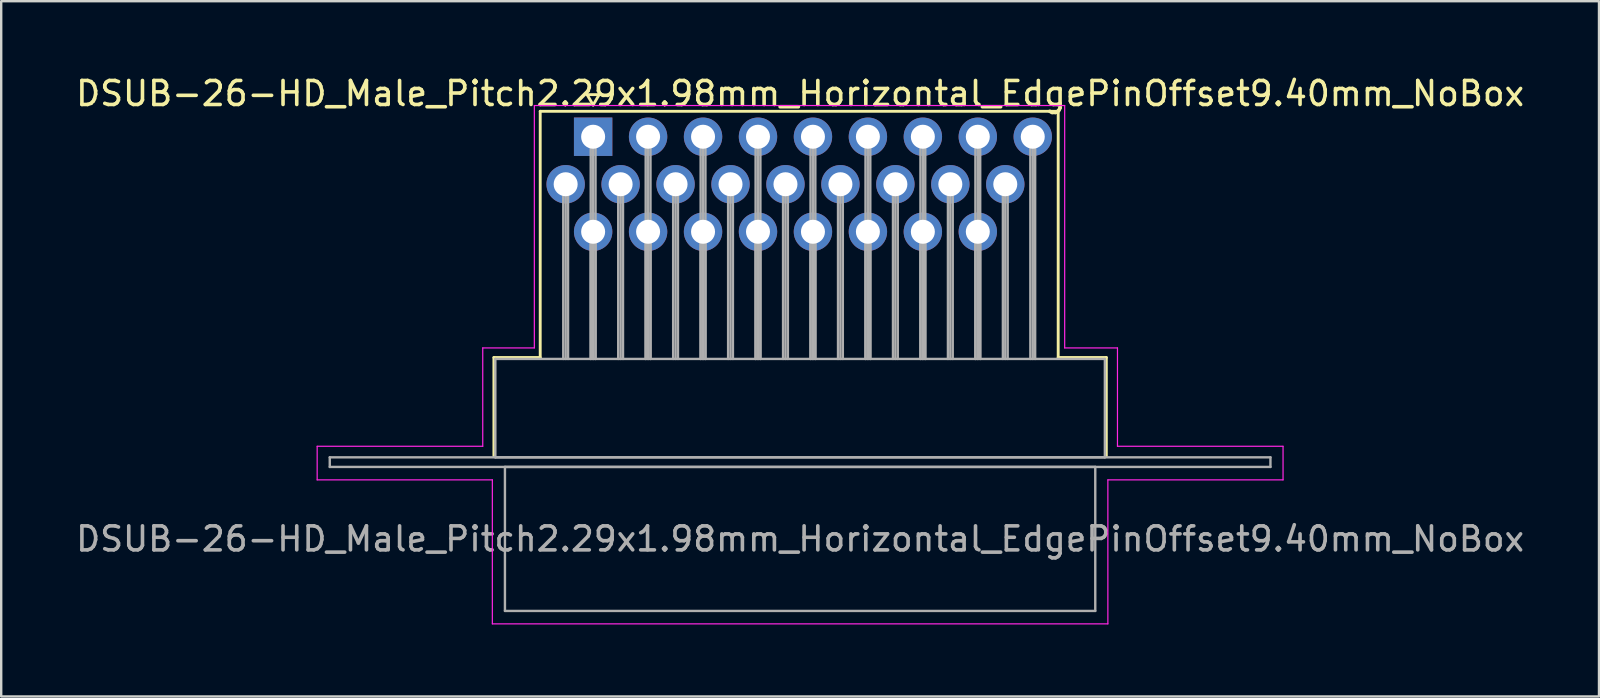
<source format=kicad_pcb>
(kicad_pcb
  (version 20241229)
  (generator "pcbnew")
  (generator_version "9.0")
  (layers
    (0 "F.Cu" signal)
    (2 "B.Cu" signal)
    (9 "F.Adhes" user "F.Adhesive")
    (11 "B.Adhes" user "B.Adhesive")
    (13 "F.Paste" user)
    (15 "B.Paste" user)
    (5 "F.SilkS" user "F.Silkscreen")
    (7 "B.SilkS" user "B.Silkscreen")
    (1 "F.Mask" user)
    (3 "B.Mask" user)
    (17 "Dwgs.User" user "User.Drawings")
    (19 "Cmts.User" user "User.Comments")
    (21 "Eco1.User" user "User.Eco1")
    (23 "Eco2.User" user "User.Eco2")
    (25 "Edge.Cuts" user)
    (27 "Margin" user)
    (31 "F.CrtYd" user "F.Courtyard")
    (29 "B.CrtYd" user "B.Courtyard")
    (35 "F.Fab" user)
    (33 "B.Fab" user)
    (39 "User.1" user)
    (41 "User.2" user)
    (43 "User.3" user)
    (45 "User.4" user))
  (footprint "DSUB-26-HD_Male_Pitch2.29x1.98mm_Horizontal_EdgePinOffset9.40mm_NoBox"
    (layer "F.Cu")
    (at 21.667 2.648)
    (property "Reference" "DSUB-26-HD_Male_Pitch2.29x1.98mm_Horizontal_EdgePinOffset9.40mm_NoBox" (at 8.625 -1.8 0) (layer "F.SilkS") (effects (font (size 1 1) (thickness 0.15))))
    (attr through_hole)
    (fp_line (start -4.135 9.2) (end -2.205 9.2) (stroke (width 0.12) (type solid)) (layer "F.SilkS"))
    (fp_line (start -4.135 13.3) (end -4.135 9.2) (stroke (width 0.12) (type solid)) (layer "F.SilkS"))
    (fp_line (start -2.205 -1.06) (end 19.38 -1.06) (stroke (width 0.12) (type solid)) (layer "F.SilkS"))
    (fp_line (start -2.205 9.2) (end -2.205 -1.06) (stroke (width 0.12) (type solid)) (layer "F.SilkS"))
    (fp_line (start -0.25 -1.754) (end 0.25 -1.754) (stroke (width 0.12) (type solid)) (layer "F.SilkS"))
    (fp_line (start 0 -1.321) (end -0.25 -1.754) (stroke (width 0.12) (type solid)) (layer "F.SilkS"))
    (fp_line (start 0.25 -1.754) (end 0 -1.321) (stroke (width 0.12) (type solid)) (layer "F.SilkS"))
    (fp_line (start 19.38 -1.06) (end 19.38 9.2) (stroke (width 0.12) (type solid)) (layer "F.SilkS"))
    (fp_line (start 19.38 9.2) (end 21.385 9.2) (stroke (width 0.12) (type solid)) (layer "F.SilkS"))
    (fp_line (start 21.385 9.2) (end 21.385 13.3) (stroke (width 0.12) (type solid)) (layer "F.SilkS"))
    (fp_line (start -11.5 12.9) (end -4.6 12.9) (stroke (width 0.05) (type solid)) (layer "F.CrtYd"))
    (fp_line (start -11.5 14.3) (end -11.5 12.9) (stroke (width 0.05) (type solid)) (layer "F.CrtYd"))
    (fp_line (start -4.6 8.8) (end -2.45 8.8) (stroke (width 0.05) (type solid)) (layer "F.CrtYd"))
    (fp_line (start -4.6 12.9) (end -4.6 8.8) (stroke (width 0.05) (type solid)) (layer "F.CrtYd"))
    (fp_line (start -4.2 14.3) (end -11.5 14.3) (stroke (width 0.05) (type solid)) (layer "F.CrtYd"))
    (fp_line (start -4.2 20.3) (end -4.2 14.3) (stroke (width 0.05) (type solid)) (layer "F.CrtYd"))
    (fp_line (start -2.45 -1.3) (end 19.65 -1.3) (stroke (width 0.05) (type solid)) (layer "F.CrtYd"))
    (fp_line (start -2.45 8.8) (end -2.45 -1.3) (stroke (width 0.05) (type solid)) (layer "F.CrtYd"))
    (fp_line (start 19.65 -1.3) (end 19.65 8.8) (stroke (width 0.05) (type solid)) (layer "F.CrtYd"))
    (fp_line (start 19.65 8.8) (end 21.85 8.8) (stroke (width 0.05) (type solid)) (layer "F.CrtYd"))
    (fp_line (start 21.45 14.3) (end 21.45 20.3) (stroke (width 0.05) (type solid)) (layer "F.CrtYd"))
    (fp_line (start 21.45 20.3) (end -4.2 20.3) (stroke (width 0.05) (type solid)) (layer "F.CrtYd"))
    (fp_line (start 21.85 8.8) (end 21.85 12.9) (stroke (width 0.05) (type solid)) (layer "F.CrtYd"))
    (fp_line (start 21.85 12.9) (end 28.75 12.9) (stroke (width 0.05) (type solid)) (layer "F.CrtYd"))
    (fp_line (start 28.75 12.9) (end 28.75 14.3) (stroke (width 0.05) (type solid)) (layer "F.CrtYd"))
    (fp_line (start 28.75 14.3) (end 21.45 14.3) (stroke (width 0.05) (type solid)) (layer "F.CrtYd"))
    (fp_line (start -10.975 13.36) (end -10.975 13.76) (stroke (width 0.1) (type solid)) (layer "F.Fab"))
    (fp_line (start -10.975 13.76) (end 28.225 13.76) (stroke (width 0.1) (type solid)) (layer "F.Fab"))
    (fp_line (start -4.075 9.26) (end -4.075 13.36) (stroke (width 0.1) (type solid)) (layer "F.Fab"))
    (fp_line (start -4.075 13.36) (end 21.325 13.36) (stroke (width 0.1) (type solid)) (layer "F.Fab"))
    (fp_line (start -3.675 13.76) (end -3.675 19.76) (stroke (width 0.1) (type solid)) (layer "F.Fab"))
    (fp_line (start -3.675 19.76) (end 20.925 19.76) (stroke (width 0.1) (type solid)) (layer "F.Fab"))
    (fp_line (start -1.245 1.98) (end -1.245 9.26) (stroke (width 0.1) (type solid)) (layer "F.Fab"))
    (fp_line (start -1.145 1.98) (end -1.145 9.26) (stroke (width 0.1) (type solid)) (layer "F.Fab"))
    (fp_line (start -1.045 1.98) (end -1.045 9.26) (stroke (width 0.1) (type solid)) (layer "F.Fab"))
    (fp_line (start -0.1 0) (end -0.1 9.26) (stroke (width 0.1) (type solid)) (layer "F.Fab"))
    (fp_line (start -0.1 3.96) (end -0.1 9.26) (stroke (width 0.1) (type solid)) (layer "F.Fab"))
    (fp_line (start 0 0) (end 0 9.26) (stroke (width 0.1) (type solid)) (layer "F.Fab"))
    (fp_line (start 0 3.96) (end 0 9.26) (stroke (width 0.1) (type solid)) (layer "F.Fab"))
    (fp_line (start 0.1 0) (end 0.1 9.26) (stroke (width 0.1) (type solid)) (layer "F.Fab"))
    (fp_line (start 0.1 3.96) (end 0.1 9.26) (stroke (width 0.1) (type solid)) (layer "F.Fab"))
    (fp_line (start 1.045 1.98) (end 1.045 9.26) (stroke (width 0.1) (type solid)) (layer "F.Fab"))
    (fp_line (start 1.145 1.98) (end 1.145 9.26) (stroke (width 0.1) (type solid)) (layer "F.Fab"))
    (fp_line (start 1.245 1.98) (end 1.245 9.26) (stroke (width 0.1) (type solid)) (layer "F.Fab"))
    (fp_line (start 2.19 0) (end 2.19 9.26) (stroke (width 0.1) (type solid)) (layer "F.Fab"))
    (fp_line (start 2.19 3.96) (end 2.19 9.26) (stroke (width 0.1) (type solid)) (layer "F.Fab"))
    (fp_line (start 2.29 0) (end 2.29 9.26) (stroke (width 0.1) (type solid)) (layer "F.Fab"))
    (fp_line (start 2.29 3.96) (end 2.29 9.26) (stroke (width 0.1) (type solid)) (layer "F.Fab"))
    (fp_line (start 2.39 0) (end 2.39 9.26) (stroke (width 0.1) (type solid)) (layer "F.Fab"))
    (fp_line (start 2.39 3.96) (end 2.39 9.26) (stroke (width 0.1) (type solid)) (layer "F.Fab"))
    (fp_line (start 3.335 1.98) (end 3.335 9.26) (stroke (width 0.1) (type solid)) (layer "F.Fab"))
    (fp_line (start 3.435 1.98) (end 3.435 9.26) (stroke (width 0.1) (type solid)) (layer "F.Fab"))
    (fp_line (start 3.535 1.98) (end 3.535 9.26) (stroke (width 0.1) (type solid)) (layer "F.Fab"))
    (fp_line (start 4.48 0) (end 4.48 9.26) (stroke (width 0.1) (type solid)) (layer "F.Fab"))
    (fp_line (start 4.48 3.96) (end 4.48 9.26) (stroke (width 0.1) (type solid)) (layer "F.Fab"))
    (fp_line (start 4.58 0) (end 4.58 9.26) (stroke (width 0.1) (type solid)) (layer "F.Fab"))
    (fp_line (start 4.58 3.96) (end 4.58 9.26) (stroke (width 0.1) (type solid)) (layer "F.Fab"))
    (fp_line (start 4.68 0) (end 4.68 9.26) (stroke (width 0.1) (type solid)) (layer "F.Fab"))
    (fp_line (start 4.68 3.96) (end 4.68 9.26) (stroke (width 0.1) (type solid)) (layer "F.Fab"))
    (fp_line (start 5.625 1.98) (end 5.625 9.26) (stroke (width 0.1) (type solid)) (layer "F.Fab"))
    (fp_line (start 5.725 1.98) (end 5.725 9.26) (stroke (width 0.1) (type solid)) (layer "F.Fab"))
    (fp_line (start 5.825 1.98) (end 5.825 9.26) (stroke (width 0.1) (type solid)) (layer "F.Fab"))
    (fp_line (start 6.77 0) (end 6.77 9.26) (stroke (width 0.1) (type solid)) (layer "F.Fab"))
    (fp_line (start 6.77 3.96) (end 6.77 9.26) (stroke (width 0.1) (type solid)) (layer "F.Fab"))
    (fp_line (start 6.87 0) (end 6.87 9.26) (stroke (width 0.1) (type solid)) (layer "F.Fab"))
    (fp_line (start 6.87 3.96) (end 6.87 9.26) (stroke (width 0.1) (type solid)) (layer "F.Fab"))
    (fp_line (start 6.97 0) (end 6.97 9.26) (stroke (width 0.1) (type solid)) (layer "F.Fab"))
    (fp_line (start 6.97 3.96) (end 6.97 9.26) (stroke (width 0.1) (type solid)) (layer "F.Fab"))
    (fp_line (start 7.915 1.98) (end 7.915 9.26) (stroke (width 0.1) (type solid)) (layer "F.Fab"))
    (fp_line (start 8.015 1.98) (end 8.015 9.26) (stroke (width 0.1) (type solid)) (layer "F.Fab"))
    (fp_line (start 8.115 1.98) (end 8.115 9.26) (stroke (width 0.1) (type solid)) (layer "F.Fab"))
    (fp_line (start 9.06 0) (end 9.06 9.26) (stroke (width 0.1) (type solid)) (layer "F.Fab"))
    (fp_line (start 9.06 3.96) (end 9.06 9.26) (stroke (width 0.1) (type solid)) (layer "F.Fab"))
    (fp_line (start 9.16 0) (end 9.16 9.26) (stroke (width 0.1) (type solid)) (layer "F.Fab"))
    (fp_line (start 9.16 3.96) (end 9.16 9.26) (stroke (width 0.1) (type solid)) (layer "F.Fab"))
    (fp_line (start 9.26 0) (end 9.26 9.26) (stroke (width 0.1) (type solid)) (layer "F.Fab"))
    (fp_line (start 9.26 3.96) (end 9.26 9.26) (stroke (width 0.1) (type solid)) (layer "F.Fab"))
    (fp_line (start 10.205 1.98) (end 10.205 9.26) (stroke (width 0.1) (type solid)) (layer "F.Fab"))
    (fp_line (start 10.305 1.98) (end 10.305 9.26) (stroke (width 0.1) (type solid)) (layer "F.Fab"))
    (fp_line (start 10.405 1.98) (end 10.405 9.26) (stroke (width 0.1) (type solid)) (layer "F.Fab"))
    (fp_line (start 11.35 0) (end 11.35 9.26) (stroke (width 0.1) (type solid)) (layer "F.Fab"))
    (fp_line (start 11.35 3.96) (end 11.35 9.26) (stroke (width 0.1) (type solid)) (layer "F.Fab"))
    (fp_line (start 11.45 0) (end 11.45 9.26) (stroke (width 0.1) (type solid)) (layer "F.Fab"))
    (fp_line (start 11.45 3.96) (end 11.45 9.26) (stroke (width 0.1) (type solid)) (layer "F.Fab"))
    (fp_line (start 11.55 0) (end 11.55 9.26) (stroke (width 0.1) (type solid)) (layer "F.Fab"))
    (fp_line (start 11.55 3.96) (end 11.55 9.26) (stroke (width 0.1) (type solid)) (layer "F.Fab"))
    (fp_line (start 12.495 1.98) (end 12.495 9.26) (stroke (width 0.1) (type solid)) (layer "F.Fab"))
    (fp_line (start 12.595 1.98) (end 12.595 9.26) (stroke (width 0.1) (type solid)) (layer "F.Fab"))
    (fp_line (start 12.695 1.98) (end 12.695 9.26) (stroke (width 0.1) (type solid)) (layer "F.Fab"))
    (fp_line (start 13.64 0) (end 13.64 9.26) (stroke (width 0.1) (type solid)) (layer "F.Fab"))
    (fp_line (start 13.64 3.96) (end 13.64 9.26) (stroke (width 0.1) (type solid)) (layer "F.Fab"))
    (fp_line (start 13.74 0) (end 13.74 9.26) (stroke (width 0.1) (type solid)) (layer "F.Fab"))
    (fp_line (start 13.74 3.96) (end 13.74 9.26) (stroke (width 0.1) (type solid)) (layer "F.Fab"))
    (fp_line (start 13.84 0) (end 13.84 9.26) (stroke (width 0.1) (type solid)) (layer "F.Fab"))
    (fp_line (start 13.84 3.96) (end 13.84 9.26) (stroke (width 0.1) (type solid)) (layer "F.Fab"))
    (fp_line (start 14.785 1.98) (end 14.785 9.26) (stroke (width 0.1) (type solid)) (layer "F.Fab"))
    (fp_line (start 14.885 1.98) (end 14.885 9.26) (stroke (width 0.1) (type solid)) (layer "F.Fab"))
    (fp_line (start 14.985 1.98) (end 14.985 9.26) (stroke (width 0.1) (type solid)) (layer "F.Fab"))
    (fp_line (start 15.93 0) (end 15.93 9.26) (stroke (width 0.1) (type solid)) (layer "F.Fab"))
    (fp_line (start 15.93 3.96) (end 15.93 9.26) (stroke (width 0.1) (type solid)) (layer "F.Fab"))
    (fp_line (start 16.03 0) (end 16.03 9.26) (stroke (width 0.1) (type solid)) (layer "F.Fab"))
    (fp_line (start 16.03 3.96) (end 16.03 9.26) (stroke (width 0.1) (type solid)) (layer "F.Fab"))
    (fp_line (start 16.13 0) (end 16.13 9.26) (stroke (width 0.1) (type solid)) (layer "F.Fab"))
    (fp_line (start 16.13 3.96) (end 16.13 9.26) (stroke (width 0.1) (type solid)) (layer "F.Fab"))
    (fp_line (start 17.075 1.98) (end 17.075 9.26) (stroke (width 0.1) (type solid)) (layer "F.Fab"))
    (fp_line (start 17.175 1.98) (end 17.175 9.26) (stroke (width 0.1) (type solid)) (layer "F.Fab"))
    (fp_line (start 17.275 1.98) (end 17.275 9.26) (stroke (width 0.1) (type solid)) (layer "F.Fab"))
    (fp_line (start 18.22 0) (end 18.22 9.26) (stroke (width 0.1) (type solid)) (layer "F.Fab"))
    (fp_line (start 18.32 0) (end 18.32 9.26) (stroke (width 0.1) (type solid)) (layer "F.Fab"))
    (fp_line (start 18.42 0) (end 18.42 9.26) (stroke (width 0.1) (type solid)) (layer "F.Fab"))
    (fp_line (start 20.925 13.76) (end -3.675 13.76) (stroke (width 0.1) (type solid)) (layer "F.Fab"))
    (fp_line (start 20.925 19.76) (end 20.925 13.76) (stroke (width 0.1) (type solid)) (layer "F.Fab"))
    (fp_line (start 21.325 9.26) (end -4.075 9.26) (stroke (width 0.1) (type solid)) (layer "F.Fab"))
    (fp_line (start 21.325 13.36) (end 21.325 9.26) (stroke (width 0.1) (type solid)) (layer "F.Fab"))
    (fp_line (start 28.225 13.36) (end -10.975 13.36) (stroke (width 0.1) (type solid)) (layer "F.Fab"))
    (fp_line (start 28.225 13.76) (end 28.225 13.36) (stroke (width 0.1) (type solid)) (layer "F.Fab"))
    (fp_text user "${REFERENCE}" (at 8.625 16.76 0) (layer "F.Fab") (effects (font (size 1 1) (thickness 0.15))))
    (pad "1" thru_hole rect (at 0 0) (size 1.6 1.6) (drill 1) (layers "*.Cu" "*.Mask"))
    (pad "2" thru_hole circle (at 2.29 0) (size 1.6 1.6) (drill 1) (layers "*.Cu" "*.Mask"))
    (pad "3" thru_hole circle (at 4.58 0) (size 1.6 1.6) (drill 1) (layers "*.Cu" "*.Mask"))
    (pad "4" thru_hole circle (at 6.87 0) (size 1.6 1.6) (drill 1) (layers "*.Cu" "*.Mask"))
    (pad "5" thru_hole circle (at 9.16 0) (size 1.6 1.6) (drill 1) (layers "*.Cu" "*.Mask"))
    (pad "6" thru_hole circle (at 11.45 0) (size 1.6 1.6) (drill 1) (layers "*.Cu" "*.Mask"))
    (pad "7" thru_hole circle (at 13.74 0) (size 1.6 1.6) (drill 1) (layers "*.Cu" "*.Mask"))
    (pad "8" thru_hole circle (at 16.03 0) (size 1.6 1.6) (drill 1) (layers "*.Cu" "*.Mask"))
    (pad "9" thru_hole circle (at 18.32 0) (size 1.6 1.6) (drill 1) (layers "*.Cu" "*.Mask"))
    (pad "10" thru_hole circle (at -1.145 1.98) (size 1.6 1.6) (drill 1) (layers "*.Cu" "*.Mask"))
    (pad "11" thru_hole circle (at 1.145 1.98) (size 1.6 1.6) (drill 1) (layers "*.Cu" "*.Mask"))
    (pad "12" thru_hole circle (at 3.435 1.98) (size 1.6 1.6) (drill 1) (layers "*.Cu" "*.Mask"))
    (pad "13" thru_hole circle (at 5.725 1.98) (size 1.6 1.6) (drill 1) (layers "*.Cu" "*.Mask"))
    (pad "14" thru_hole circle (at 8.015 1.98) (size 1.6 1.6) (drill 1) (layers "*.Cu" "*.Mask"))
    (pad "15" thru_hole circle (at 10.305 1.98) (size 1.6 1.6) (drill 1) (layers "*.Cu" "*.Mask"))
    (pad "16" thru_hole circle (at 12.595 1.98) (size 1.6 1.6) (drill 1) (layers "*.Cu" "*.Mask"))
    (pad "17" thru_hole circle (at 14.885 1.98) (size 1.6 1.6) (drill 1) (layers "*.Cu" "*.Mask"))
    (pad "18" thru_hole circle (at 17.175 1.98) (size 1.6 1.6) (drill 1) (layers "*.Cu" "*.Mask"))
    (pad "19" thru_hole circle (at 0 3.96) (size 1.6 1.6) (drill 1) (layers "*.Cu" "*.Mask"))
    (pad "20" thru_hole circle (at 2.29 3.96) (size 1.6 1.6) (drill 1) (layers "*.Cu" "*.Mask"))
    (pad "21" thru_hole circle (at 4.58 3.96) (size 1.6 1.6) (drill 1) (layers "*.Cu" "*.Mask"))
    (pad "22" thru_hole circle (at 6.87 3.96) (size 1.6 1.6) (drill 1) (layers "*.Cu" "*.Mask"))
    (pad "23" thru_hole circle (at 9.16 3.96) (size 1.6 1.6) (drill 1) (layers "*.Cu" "*.Mask"))
    (pad "24" thru_hole circle (at 11.45 3.96) (size 1.6 1.6) (drill 1) (layers "*.Cu" "*.Mask"))
    (pad "25" thru_hole circle (at 13.74 3.96) (size 1.6 1.6) (drill 1) (layers "*.Cu" "*.Mask"))
    (pad "26" thru_hole circle (at 16.03 3.96) (size 1.6 1.6) (drill 1) (layers "*.Cu" "*.Mask")))
  (gr_rect
    (start -3 -3)
    (end 63.583 25.973)
    (stroke (width 0.1) (type default))
    (fill no)
    (layer "Edge.Cuts")))
</source>
